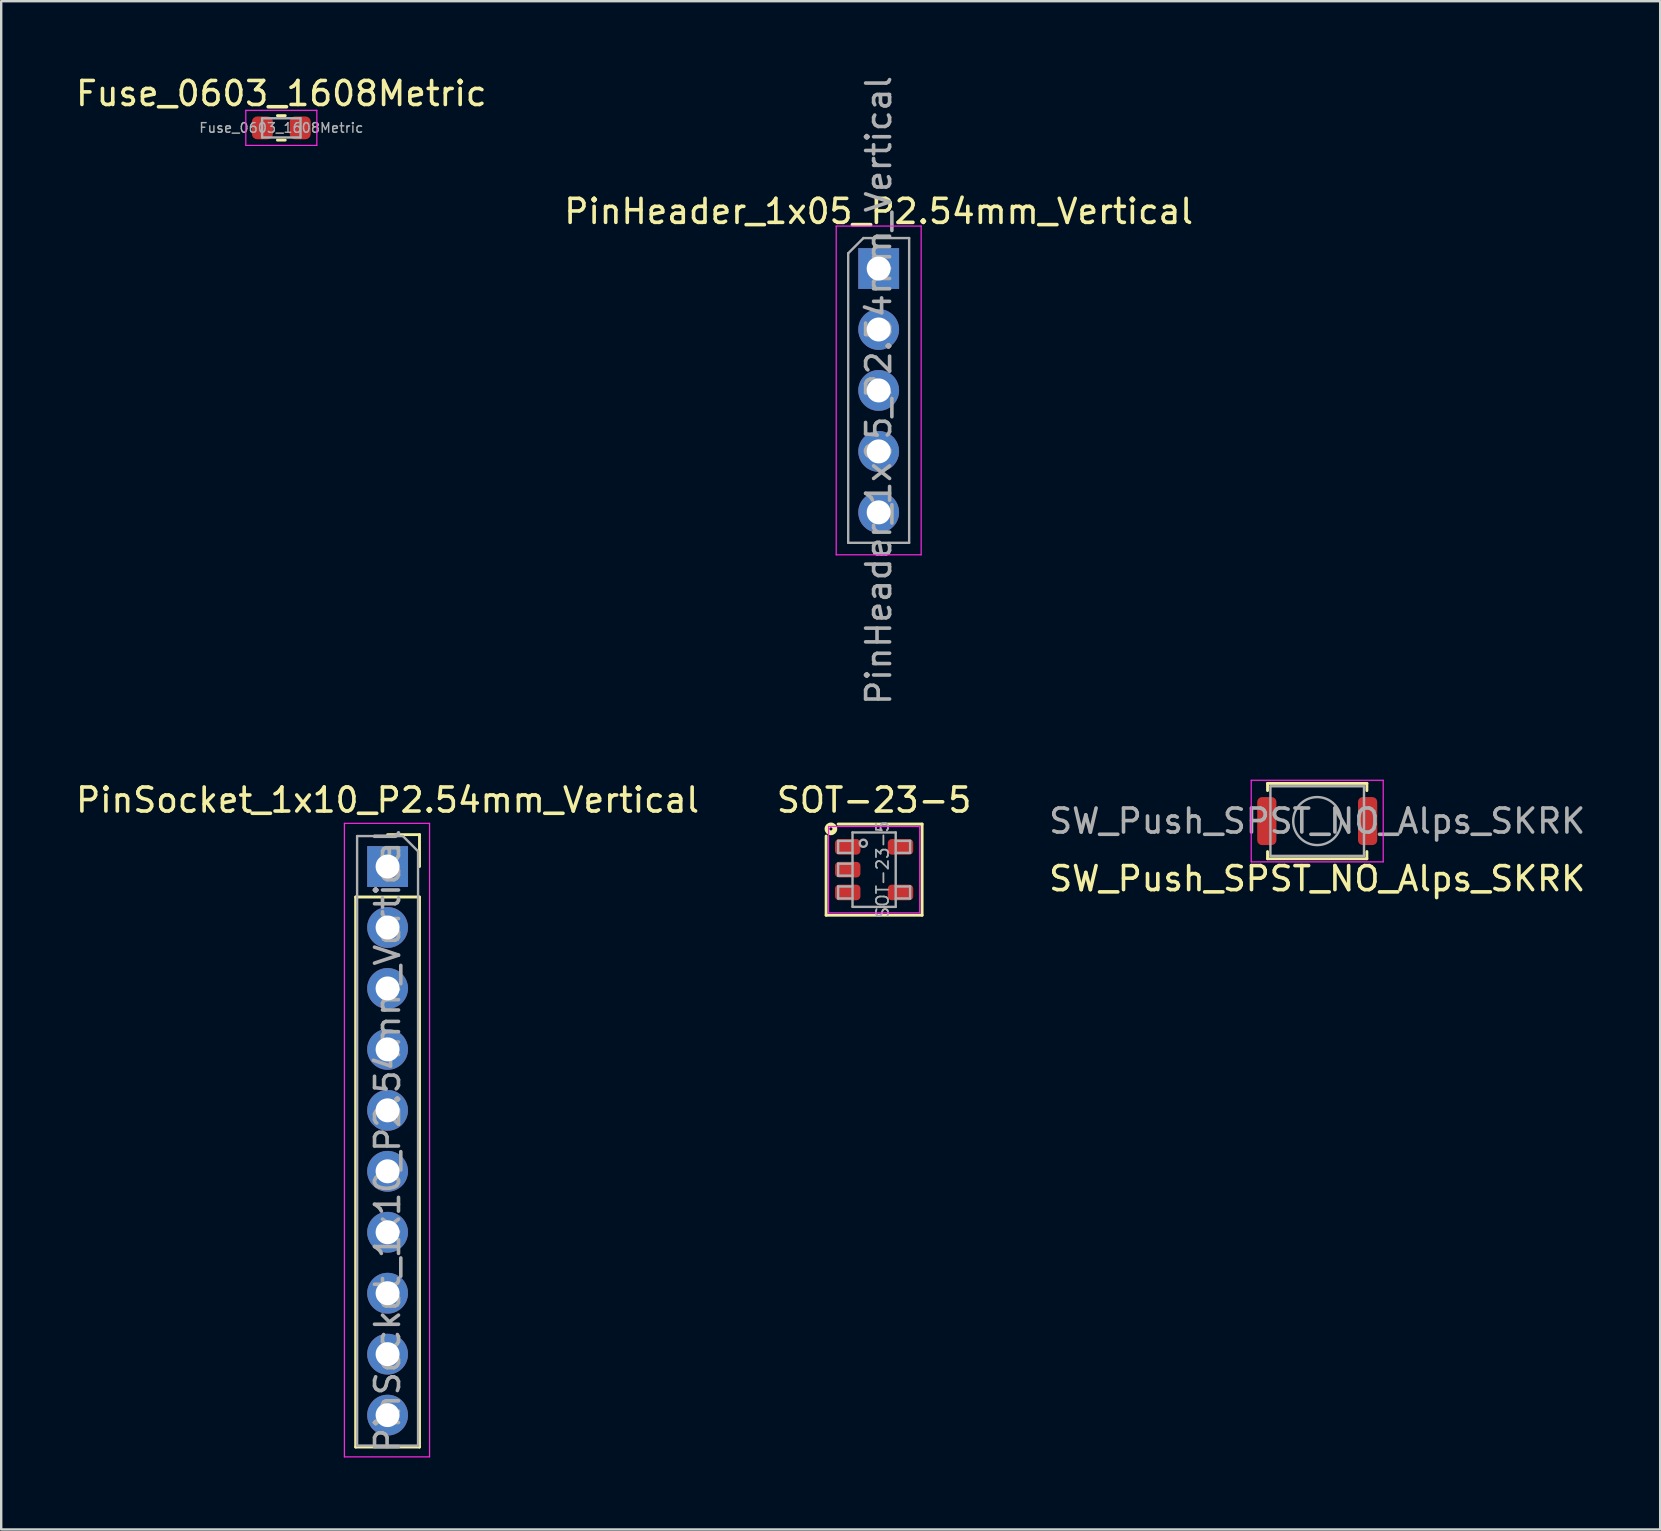
<source format=kicad_pcb>
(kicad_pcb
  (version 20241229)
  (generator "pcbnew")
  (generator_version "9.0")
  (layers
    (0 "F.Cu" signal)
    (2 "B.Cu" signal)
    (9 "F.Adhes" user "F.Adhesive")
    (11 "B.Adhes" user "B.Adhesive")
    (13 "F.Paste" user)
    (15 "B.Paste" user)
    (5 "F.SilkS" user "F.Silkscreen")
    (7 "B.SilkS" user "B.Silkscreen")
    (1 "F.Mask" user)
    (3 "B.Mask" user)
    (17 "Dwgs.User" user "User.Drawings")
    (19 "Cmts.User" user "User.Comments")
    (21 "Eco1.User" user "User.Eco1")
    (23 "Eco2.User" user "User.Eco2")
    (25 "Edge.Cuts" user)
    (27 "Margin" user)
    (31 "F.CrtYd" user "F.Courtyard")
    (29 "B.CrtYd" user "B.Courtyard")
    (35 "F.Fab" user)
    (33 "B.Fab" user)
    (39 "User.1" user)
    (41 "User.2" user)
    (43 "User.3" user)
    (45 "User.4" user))
  (footprint "PinSocket_1x10_P2.54mm_Vertical"
    (layer "F.Cu")
    (at 13.101 33.059)
    (property "Reference" "PinSocket_1x10_P2.54mm_Vertical" (at 0 -2.77 0) (layer "F.SilkS") (effects (font (size 1 1) (thickness 0.15))))
    (attr through_hole)
    (fp_line (start -1.33 1.27) (end -1.33 24.19) (stroke (width 0.12) (type solid)) (layer "F.SilkS"))
    (fp_line (start -1.33 1.27) (end 1.33 1.27) (stroke (width 0.12) (type solid)) (layer "F.SilkS"))
    (fp_line (start -1.33 24.19) (end 1.33 24.19) (stroke (width 0.12) (type solid)) (layer "F.SilkS"))
    (fp_line (start 0 -1.33) (end 1.33 -1.33) (stroke (width 0.12) (type solid)) (layer "F.SilkS"))
    (fp_line (start 1.33 -1.33) (end 1.33 0) (stroke (width 0.12) (type solid)) (layer "F.SilkS"))
    (fp_line (start 1.33 1.27) (end 1.33 24.19) (stroke (width 0.12) (type solid)) (layer "F.SilkS"))
    (fp_line (start -1.8 -1.8) (end 1.75 -1.8) (stroke (width 0.05) (type solid)) (layer "F.CrtYd"))
    (fp_line (start -1.8 24.6) (end -1.8 -1.8) (stroke (width 0.05) (type solid)) (layer "F.CrtYd"))
    (fp_line (start 1.75 -1.8) (end 1.75 24.6) (stroke (width 0.05) (type solid)) (layer "F.CrtYd"))
    (fp_line (start 1.75 24.6) (end -1.8 24.6) (stroke (width 0.05) (type solid)) (layer "F.CrtYd"))
    (fp_line (start -1.27 -1.27) (end 0.635 -1.27) (stroke (width 0.1) (type solid)) (layer "F.Fab"))
    (fp_line (start -1.27 24.13) (end -1.27 -1.27) (stroke (width 0.1) (type solid)) (layer "F.Fab"))
    (fp_line (start 0.635 -1.27) (end 1.27 -0.635) (stroke (width 0.1) (type solid)) (layer "F.Fab"))
    (fp_line (start 1.27 -0.635) (end 1.27 24.13) (stroke (width 0.1) (type solid)) (layer "F.Fab"))
    (fp_line (start 1.27 24.13) (end -1.27 24.13) (stroke (width 0.1) (type solid)) (layer "F.Fab"))
    (fp_text user "${REFERENCE}" (at 0 11.43 90) (layer "F.Fab") (effects (font (size 1 1) (thickness 0.15))))
    (pad "1" thru_hole rect (at 0 0) (size 1.7 1.7) (drill 1) (layers "*.Cu" "*.Mask"))
    (pad "2" thru_hole circle (at 0 2.54) (size 1.7 1.7) (drill 1) (layers "*.Cu" "*.Mask"))
    (pad "3" thru_hole circle (at 0 5.08) (size 1.7 1.7) (drill 1) (layers "*.Cu" "*.Mask"))
    (pad "4" thru_hole circle (at 0 7.62) (size 1.7 1.7) (drill 1) (layers "*.Cu" "*.Mask"))
    (pad "5" thru_hole circle (at 0 10.16) (size 1.7 1.7) (drill 1) (layers "*.Cu" "*.Mask"))
    (pad "6" thru_hole circle (at 0 12.7) (size 1.7 1.7) (drill 1) (layers "*.Cu" "*.Mask"))
    (pad "7" thru_hole circle (at 0 15.24) (size 1.7 1.7) (drill 1) (layers "*.Cu" "*.Mask"))
    (pad "8" thru_hole circle (at 0 17.78) (size 1.7 1.7) (drill 1) (layers "*.Cu" "*.Mask"))
    (pad "9" thru_hole circle (at 0 20.32) (size 1.7 1.7) (drill 1) (layers "*.Cu" "*.Mask"))
    (pad "10" thru_hole circle (at 0 22.86) (size 1.7 1.7) (drill 1) (layers "*.Cu" "*.Mask")))
  (footprint "Fuse_0603_1608Metric"
    (layer "F.Cu")
    (at 8.673 2.278)
    (property "Reference" "Fuse_0603_1608Metric" (at 0 -1.43 0) (layer "F.SilkS") (effects (font (size 1 1) (thickness 0.15))))
    (attr smd)
    (fp_line (start -0.163 -0.51) (end 0.163 -0.51) (stroke (width 0.12) (type solid)) (layer "F.SilkS"))
    (fp_line (start -0.163 0.51) (end 0.163 0.51) (stroke (width 0.12) (type solid)) (layer "F.SilkS"))
    (fp_line (start -1.48 -0.73) (end 1.48 -0.73) (stroke (width 0.05) (type solid)) (layer "F.CrtYd"))
    (fp_line (start -1.48 0.73) (end -1.48 -0.73) (stroke (width 0.05) (type solid)) (layer "F.CrtYd"))
    (fp_line (start 1.48 -0.73) (end 1.48 0.73) (stroke (width 0.05) (type solid)) (layer "F.CrtYd"))
    (fp_line (start 1.48 0.73) (end -1.48 0.73) (stroke (width 0.05) (type solid)) (layer "F.CrtYd"))
    (fp_line (start -0.8 -0.4) (end 0.8 -0.4) (stroke (width 0.1) (type solid)) (layer "F.Fab"))
    (fp_line (start -0.8 0.4) (end -0.8 -0.4) (stroke (width 0.1) (type solid)) (layer "F.Fab"))
    (fp_line (start 0.8 -0.4) (end 0.8 0.4) (stroke (width 0.1) (type solid)) (layer "F.Fab"))
    (fp_line (start 0.8 0.4) (end -0.8 0.4) (stroke (width 0.1) (type solid)) (layer "F.Fab"))
    (fp_text user "${REFERENCE}" (at 0 0 0) (layer "F.Fab") (effects (font (size 0.4 0.4) (thickness 0.06))))
    (pad "1" smd roundrect (at -0.787 0) (size 0.875 0.95) (layers "F.Cu" "F.Mask" "F.Paste") (roundrect_rratio 0.25))
    (pad "2" smd roundrect (at 0.787 0) (size 0.875 0.95) (layers "F.Cu" "F.Mask" "F.Paste") (roundrect_rratio 0.25)))
  (footprint "SW_Push_SPST_NO_Alps_SKRK"
    (layer "F.Cu")
    (at 51.839 31.165)
    (property "Reference" "SW_Push_SPST_NO_Alps_SKRK" (at 0 2.4 0) (layer "F.SilkS") (effects (font (size 1 1) (thickness 0.15))))
    (attr smd)
    (fp_line (start -2.07 -1.57) (end 2.07 -1.57) (stroke (width 0.12) (type solid)) (layer "F.SilkS"))
    (fp_line (start -2.07 -1.27) (end -2.07 -1.57) (stroke (width 0.12) (type solid)) (layer "F.SilkS"))
    (fp_line (start -2.07 1.57) (end -2.07 1.27) (stroke (width 0.12) (type solid)) (layer "F.SilkS"))
    (fp_line (start 2.07 -1.57) (end 2.07 -1.27) (stroke (width 0.12) (type solid)) (layer "F.SilkS"))
    (fp_line (start 2.07 1.27) (end 2.07 1.57) (stroke (width 0.12) (type solid)) (layer "F.SilkS"))
    (fp_line (start 2.07 1.57) (end -2.07 1.57) (stroke (width 0.12) (type solid)) (layer "F.SilkS"))
    (fp_line (start -2.75 -1.7) (end 2.75 -1.7) (stroke (width 0.05) (type solid)) (layer "F.CrtYd"))
    (fp_line (start -2.75 1.7) (end -2.75 -1.7) (stroke (width 0.05) (type solid)) (layer "F.CrtYd"))
    (fp_line (start 2.75 -1.7) (end 2.75 1.7) (stroke (width 0.05) (type solid)) (layer "F.CrtYd"))
    (fp_line (start 2.75 1.7) (end -2.75 1.7) (stroke (width 0.05) (type solid)) (layer "F.CrtYd"))
    (fp_line (start -1.95 -1.45) (end 1.95 -1.45) (stroke (width 0.1) (type solid)) (layer "F.Fab"))
    (fp_line (start -1.95 1.45) (end -1.95 -1.45) (stroke (width 0.1) (type solid)) (layer "F.Fab"))
    (fp_line (start 1.95 -1.45) (end 1.95 1.45) (stroke (width 0.1) (type solid)) (layer "F.Fab"))
    (fp_line (start 1.95 1.45) (end -1.95 1.45) (stroke (width 0.1) (type solid)) (layer "F.Fab"))
    (fp_circle (center 0 0) (end 1 0) (stroke (width 0.1) (type solid)) (fill no) (layer "F.Fab"))
    (fp_text user "${REFERENCE}" (at 0 0 0) (layer "F.Fab") (effects (font (size 1 1) (thickness 0.15))))
    (pad "1" smd roundrect (at -2.1 0) (size 0.8 2) (layers "F.Cu" "F.Mask" "F.Paste") (roundrect_rratio 0.25))
    (pad "2" smd roundrect (at 2.1 0) (size 0.8 2) (layers "F.Cu" "F.Mask" "F.Paste") (roundrect_rratio 0.25)))
  (footprint "PinHeader_1x05_P2.54mm_Vertical"
    (layer "F.Cu")
    (at 33.565 8.14)
    (property "Reference" "PinHeader_1x05_P2.54mm_Vertical" (at 0 -2.38 180) (layer "F.SilkS") (effects (font (size 1 1) (thickness 0.15))))
    (attr through_hole)
    (fp_line (start -1.77 -1.77) (end -1.77 11.93) (stroke (width 0.05) (type solid)) (layer "F.CrtYd"))
    (fp_line (start -1.77 11.93) (end 1.77 11.93) (stroke (width 0.05) (type solid)) (layer "F.CrtYd"))
    (fp_line (start 1.77 -1.77) (end -1.77 -1.77) (stroke (width 0.05) (type solid)) (layer "F.CrtYd"))
    (fp_line (start 1.77 11.93) (end 1.77 -1.77) (stroke (width 0.05) (type solid)) (layer "F.CrtYd"))
    (fp_line (start -1.27 -0.635) (end -0.635 -1.27) (stroke (width 0.1) (type solid)) (layer "F.Fab"))
    (fp_line (start -1.27 11.43) (end -1.27 -0.635) (stroke (width 0.1) (type solid)) (layer "F.Fab"))
    (fp_line (start -0.635 -1.27) (end 1.27 -1.27) (stroke (width 0.1) (type solid)) (layer "F.Fab"))
    (fp_line (start 1.27 -1.27) (end 1.27 11.43) (stroke (width 0.1) (type solid)) (layer "F.Fab"))
    (fp_line (start 1.27 11.43) (end -1.27 11.43) (stroke (width 0.1) (type solid)) (layer "F.Fab"))
    (fp_text user "${REFERENCE}" (at 0 5.08 90) (layer "F.Fab") (effects (font (size 1 1) (thickness 0.15))))
    (pad "1" thru_hole rect (at 0 0) (size 1.7 1.7) (drill 1) (layers "*.Cu" "*.Mask"))
    (pad "2" thru_hole circle (at 0 2.54) (size 1.7 1.7) (drill 1) (layers "*.Cu" "*.Mask"))
    (pad "3" thru_hole circle (at 0 5.08) (size 1.7 1.7) (drill 1) (layers "*.Cu" "*.Mask"))
    (pad "4" thru_hole circle (at 0 7.62) (size 1.7 1.7) (drill 1) (layers "*.Cu" "*.Mask"))
    (pad "5" thru_hole circle (at 0 10.16) (size 1.7 1.7) (drill 1) (layers "*.Cu" "*.Mask")))
  (footprint "SOT-23-5"
    (layer "F.Cu")
    (at 33.375 33.189)
    (property "Reference" "SOT-23-5" (at 0 -2.9 180) (layer "F.SilkS") (effects (font (size 1 1) (thickness 0.15))))
    (attr smd)
    (fp_line (start -2 -1.4) (end -2 1.9) (stroke (width 0.12) (type solid)) (layer "F.SilkS"))
    (fp_line (start -2 1.9) (end 2 1.9) (stroke (width 0.12) (type solid)) (layer "F.SilkS"))
    (fp_line (start 2 -1.9) (end -1.5 -1.9) (stroke (width 0.12) (type solid)) (layer "F.SilkS"))
    (fp_line (start 2 1.9) (end 2 -1.9) (stroke (width 0.12) (type solid)) (layer "F.SilkS"))
    (fp_circle (center -1.8 -1.7) (end -1.736 -1.7) (stroke (width 0.2) (type solid)) (fill no) (layer "F.SilkS"))
    (fp_line (start -1.9 -1.8) (end 1.9 -1.8) (stroke (width 0.05) (type solid)) (layer "F.CrtYd"))
    (fp_line (start -1.9 1.8) (end -1.9 -1.8) (stroke (width 0.05) (type solid)) (layer "F.CrtYd"))
    (fp_line (start 1.9 -1.8) (end 1.9 1.8) (stroke (width 0.05) (type solid)) (layer "F.CrtYd"))
    (fp_line (start 1.9 1.8) (end -1.9 1.8) (stroke (width 0.05) (type solid)) (layer "F.CrtYd"))
    (fp_line (start -1.5 -1.2) (end -1.5 -0.7) (stroke (width 0.1) (type solid)) (layer "F.Fab"))
    (fp_line (start -1.5 -0.7) (end -0.9 -0.7) (stroke (width 0.1) (type solid)) (layer "F.Fab"))
    (fp_line (start -1.5 -0.25) (end -1.5 0.25) (stroke (width 0.1) (type solid)) (layer "F.Fab"))
    (fp_line (start -1.5 0.25) (end -0.9 0.25) (stroke (width 0.1) (type solid)) (layer "F.Fab"))
    (fp_line (start -1.5 0.7) (end -1.5 1.2) (stroke (width 0.1) (type solid)) (layer "F.Fab"))
    (fp_line (start -1.5 1.2) (end -0.9 1.2) (stroke (width 0.1) (type solid)) (layer "F.Fab"))
    (fp_line (start -0.9 -1.55) (end -0.9 1.55) (stroke (width 0.1) (type solid)) (layer "F.Fab"))
    (fp_line (start -0.9 -1.2) (end -1.5 -1.2) (stroke (width 0.1) (type solid)) (layer "F.Fab"))
    (fp_line (start -0.9 -0.25) (end -1.5 -0.25) (stroke (width 0.1) (type solid)) (layer "F.Fab"))
    (fp_line (start -0.9 0.7) (end -1.5 0.7) (stroke (width 0.1) (type solid)) (layer "F.Fab"))
    (fp_line (start 0.9 -1.55) (end -0.9 -1.55) (stroke (width 0.1) (type solid)) (layer "F.Fab"))
    (fp_line (start 0.9 -1.55) (end 0.9 1.55) (stroke (width 0.1) (type solid)) (layer "F.Fab"))
    (fp_line (start 0.9 -0.7) (end 1.5 -0.7) (stroke (width 0.1) (type solid)) (layer "F.Fab"))
    (fp_line (start 0.9 1.2) (end 1.5 1.2) (stroke (width 0.1) (type solid)) (layer "F.Fab"))
    (fp_line (start 0.9 1.55) (end -0.9 1.55) (stroke (width 0.1) (type solid)) (layer "F.Fab"))
    (fp_line (start 1.5 -1.2) (end 0.9 -1.2) (stroke (width 0.1) (type solid)) (layer "F.Fab"))
    (fp_line (start 1.5 -0.7) (end 1.5 -1.2) (stroke (width 0.1) (type solid)) (layer "F.Fab"))
    (fp_line (start 1.5 0.7) (end 0.9 0.7) (stroke (width 0.1) (type solid)) (layer "F.Fab"))
    (fp_line (start 1.5 1.2) (end 1.5 0.7) (stroke (width 0.1) (type solid)) (layer "F.Fab"))
    (fp_circle (center -0.45 -1.1) (end -0.3 -1.1) (stroke (width 0.1) (type solid)) (fill no) (layer "F.Fab"))
    (fp_text user "${REFERENCE}" (at 0.35 0 270) (layer "F.Fab") (effects (font (size 0.5 0.5) (thickness 0.075))))
    (pad "1" smd roundrect (at -1.1 -0.95) (size 1.06 0.65) (layers "F.Cu" "F.Mask" "F.Paste") (roundrect_rratio 0.25))
    (pad "2" smd roundrect (at -1.1 0) (size 1.06 0.65) (layers "F.Cu" "F.Mask" "F.Paste") (roundrect_rratio 0.25))
    (pad "3" smd roundrect (at -1.1 0.95) (size 1.06 0.65) (layers "F.Cu" "F.Mask" "F.Paste") (roundrect_rratio 0.25))
    (pad "4" smd roundrect (at 1.1 0.95) (size 1.06 0.65) (layers "F.Cu" "F.Mask" "F.Paste") (roundrect_rratio 0.25))
    (pad "5" smd roundrect (at 1.1 -0.95) (size 1.06 0.65) (layers "F.Cu" "F.Mask" "F.Paste") (roundrect_rratio 0.25)))
  (gr_rect
    (start -3 -3)
    (end 66.131 60.684)
    (stroke (width 0.1) (type default))
    (fill no)
    (layer "Edge.Cuts")))
</source>
